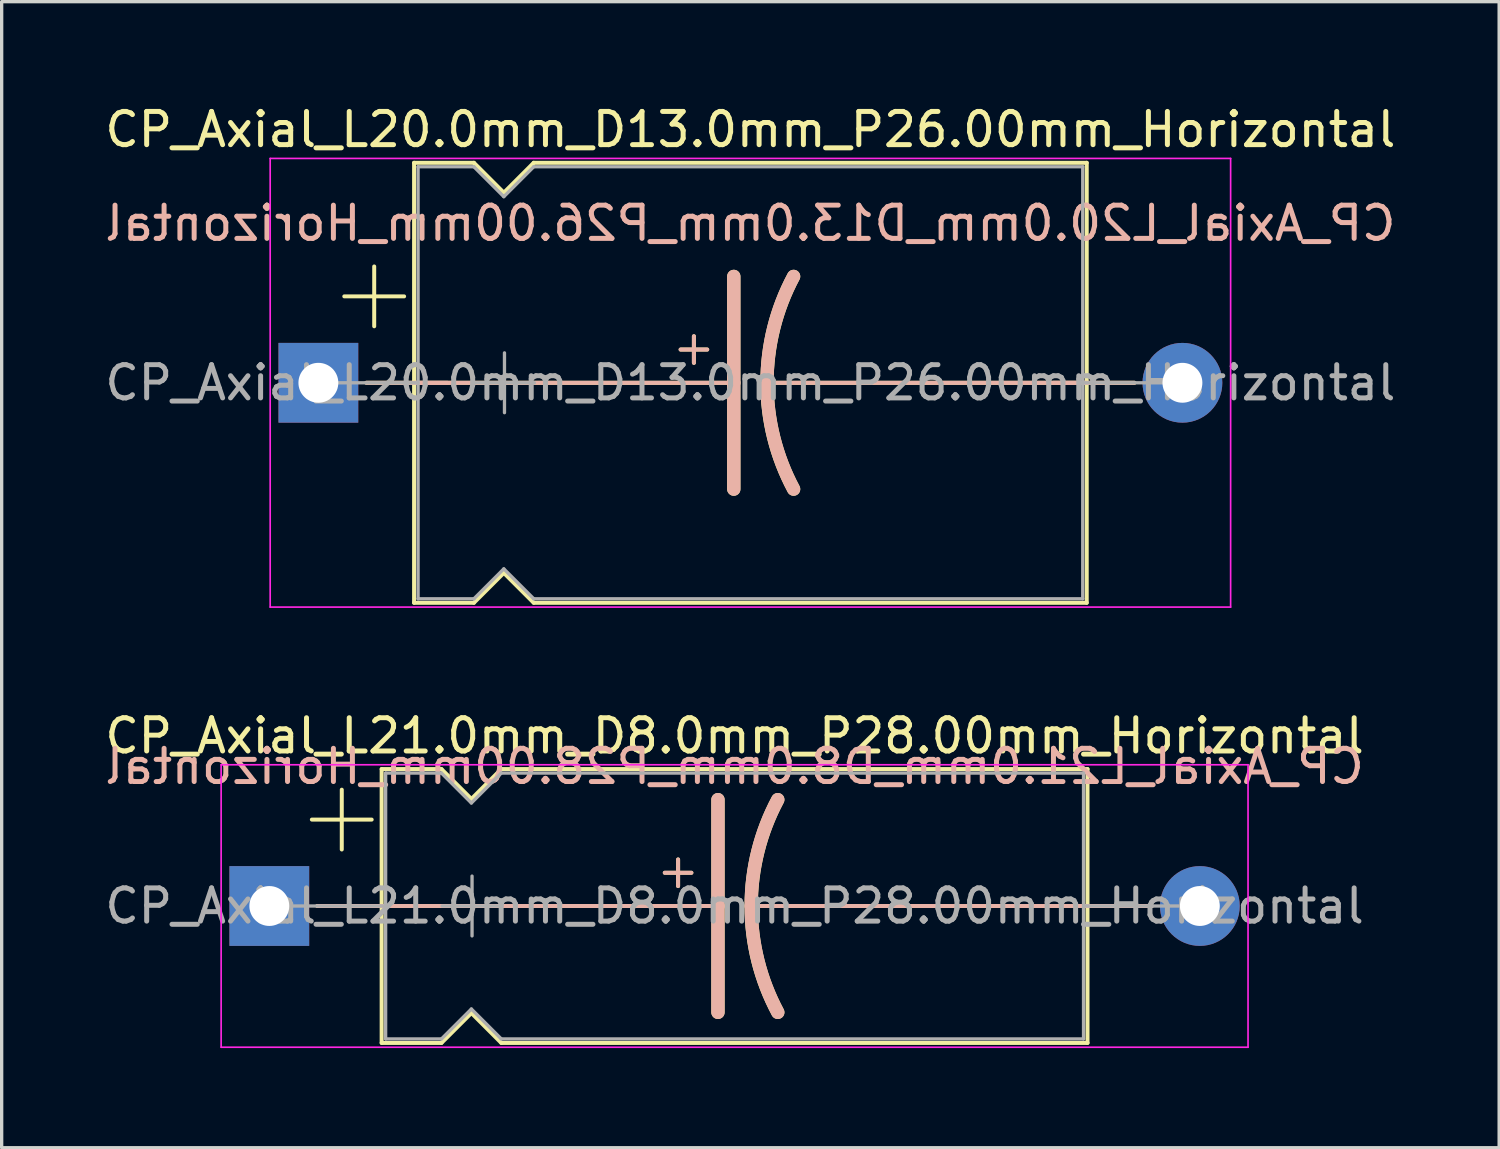
<source format=kicad_pcb>
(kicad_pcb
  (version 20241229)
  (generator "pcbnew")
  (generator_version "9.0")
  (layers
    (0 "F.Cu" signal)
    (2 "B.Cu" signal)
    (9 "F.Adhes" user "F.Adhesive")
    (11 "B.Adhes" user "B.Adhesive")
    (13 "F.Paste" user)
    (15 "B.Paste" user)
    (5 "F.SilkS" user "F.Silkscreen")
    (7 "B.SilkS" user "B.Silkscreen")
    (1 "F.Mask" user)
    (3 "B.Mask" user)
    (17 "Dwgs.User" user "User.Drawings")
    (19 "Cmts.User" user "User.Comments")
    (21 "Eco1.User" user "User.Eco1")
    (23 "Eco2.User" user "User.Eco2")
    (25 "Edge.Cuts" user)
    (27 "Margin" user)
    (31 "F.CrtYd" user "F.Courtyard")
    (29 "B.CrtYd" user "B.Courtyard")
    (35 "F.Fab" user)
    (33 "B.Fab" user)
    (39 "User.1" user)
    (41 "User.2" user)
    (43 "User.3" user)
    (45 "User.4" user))
  (footprint "CP_Axial_L20.0mm_D13.0mm_P26.00mm_Horizontal"
    (layer "F.Cu")
    (at 6.53 8.468)
    (property "Reference" "CP_Axial_L20.0mm_D13.0mm_P26.00mm_Horizontal" (at 13 -7.62 0) (layer "F.SilkS") (effects (font (size 1 1) (thickness 0.15))))
    (fp_line (start 0.78 -2.6) (end 2.58 -2.6) (stroke (width 0.12) (type solid)) (layer "F.SilkS"))
    (fp_line (start 1.44 0) (end 2.88 0) (stroke (width 0.12) (type solid)) (layer "F.SilkS"))
    (fp_line (start 1.68 -3.5) (end 1.68 -1.7) (stroke (width 0.12) (type solid)) (layer "F.SilkS"))
    (fp_line (start 2.88 -6.62) (end 2.88 6.62) (stroke (width 0.12) (type solid)) (layer "F.SilkS"))
    (fp_line (start 2.88 -6.62) (end 4.68 -6.62) (stroke (width 0.12) (type solid)) (layer "F.SilkS"))
    (fp_line (start 2.88 0) (end 12.5 0) (stroke (width 0.12) (type solid)) (layer "F.SilkS"))
    (fp_line (start 2.88 6.62) (end 4.68 6.62) (stroke (width 0.12) (type solid)) (layer "F.SilkS"))
    (fp_line (start 4.68 -6.62) (end 5.58 -5.72) (stroke (width 0.12) (type solid)) (layer "F.SilkS"))
    (fp_line (start 4.68 6.62) (end 5.58 5.72) (stroke (width 0.12) (type solid)) (layer "F.SilkS"))
    (fp_line (start 5.58 -5.72) (end 6.48 -6.62) (stroke (width 0.12) (type solid)) (layer "F.SilkS"))
    (fp_line (start 5.58 5.72) (end 6.48 6.62) (stroke (width 0.12) (type solid)) (layer "F.SilkS"))
    (fp_line (start 6.48 -6.62) (end 23.12 -6.62) (stroke (width 0.12) (type solid)) (layer "F.SilkS"))
    (fp_line (start 6.48 6.62) (end 23.12 6.62) (stroke (width 0.12) (type solid)) (layer "F.SilkS"))
    (fp_line (start 10.9 -1) (end 11.7 -1) (stroke (width 0.12) (type solid)) (layer "F.SilkS"))
    (fp_line (start 11.3 -1.4) (end 11.3 -0.6) (stroke (width 0.12) (type solid)) (layer "F.SilkS"))
    (fp_line (start 12.5 0) (end 12.5 -3.2) (stroke (width 0.4) (type solid)) (layer "F.SilkS"))
    (fp_line (start 12.5 0) (end 12.5 3.2) (stroke (width 0.4) (type solid)) (layer "F.SilkS"))
    (fp_line (start 23.12 -6.62) (end 23.12 6.62) (stroke (width 0.12) (type solid)) (layer "F.SilkS"))
    (fp_line (start 23.12 0) (end 13.5 0) (stroke (width 0.12) (type solid)) (layer "F.SilkS"))
    (fp_line (start 24.56 0) (end 23.12 0) (stroke (width 0.12) (type solid)) (layer "F.SilkS"))
    (fp_arc (start 13.5 0) (mid 13.703545 -1.649114) (end 14.3 -3.2) (stroke (width 0.4) (type solid)) (layer "F.SilkS"))
    (fp_arc (start 14.3 3.2) (mid 13.700704 1.649824) (end 13.5 0) (stroke (width 0.4) (type solid)) (layer "F.SilkS"))
    (fp_line (start 1.45 0) (end 3.88 0) (stroke (width 0.12) (type solid)) (layer "B.SilkS"))
    (fp_line (start 2.88 0) (end 12.5 0) (stroke (width 0.12) (type solid)) (layer "B.SilkS"))
    (fp_line (start 10.9 -1) (end 11.7 -1) (stroke (width 0.12) (type solid)) (layer "B.SilkS"))
    (fp_line (start 11.3 -0.6) (end 11.3 -1.4) (stroke (width 0.12) (type solid)) (layer "B.SilkS"))
    (fp_line (start 12.5 0) (end 12.5 -3.2) (stroke (width 0.4) (type solid)) (layer "B.SilkS"))
    (fp_line (start 12.5 0) (end 12.5 3.2) (stroke (width 0.4) (type solid)) (layer "B.SilkS"))
    (fp_line (start 23.12 0) (end 13.5 0) (stroke (width 0.12) (type solid)) (layer "B.SilkS"))
    (fp_line (start 24.55 0) (end 22.12 0) (stroke (width 0.12) (type solid)) (layer "B.SilkS"))
    (fp_arc (start 13.5 0) (mid 13.700703 -1.649824) (end 14.3 -3.2) (stroke (width 0.4) (type solid)) (layer "B.SilkS"))
    (fp_arc (start 14.3 3.2) (mid 13.703544 1.649114) (end 13.5 0) (stroke (width 0.4) (type solid)) (layer "B.SilkS"))
    (fp_line (start -1.45 -6.75) (end -1.45 6.75) (stroke (width 0.05) (type solid)) (layer "F.CrtYd"))
    (fp_line (start -1.45 6.75) (end 27.45 6.75) (stroke (width 0.05) (type solid)) (layer "F.CrtYd"))
    (fp_line (start 27.45 -6.75) (end -1.45 -6.75) (stroke (width 0.05) (type solid)) (layer "F.CrtYd"))
    (fp_line (start 27.45 6.75) (end 27.45 -6.75) (stroke (width 0.05) (type solid)) (layer "F.CrtYd"))
    (fp_line (start 0 0) (end 3 0) (stroke (width 0.1) (type solid)) (layer "F.Fab"))
    (fp_line (start 3 -6.5) (end 3 6.5) (stroke (width 0.1) (type solid)) (layer "F.Fab"))
    (fp_line (start 3 -6.5) (end 4.68 -6.5) (stroke (width 0.1) (type solid)) (layer "F.Fab"))
    (fp_line (start 3 6.5) (end 4.68 6.5) (stroke (width 0.1) (type solid)) (layer "F.Fab"))
    (fp_line (start 4.68 -6.5) (end 5.58 -5.6) (stroke (width 0.1) (type solid)) (layer "F.Fab"))
    (fp_line (start 4.68 6.5) (end 5.58 5.6) (stroke (width 0.1) (type solid)) (layer "F.Fab"))
    (fp_line (start 4.7 0) (end 6.5 0) (stroke (width 0.1) (type solid)) (layer "F.Fab"))
    (fp_line (start 5.58 -5.6) (end 6.48 -6.5) (stroke (width 0.1) (type solid)) (layer "F.Fab"))
    (fp_line (start 5.58 5.6) (end 6.48 6.5) (stroke (width 0.1) (type solid)) (layer "F.Fab"))
    (fp_line (start 5.6 -0.9) (end 5.6 0.9) (stroke (width 0.1) (type solid)) (layer "F.Fab"))
    (fp_line (start 6.48 -6.5) (end 23 -6.5) (stroke (width 0.1) (type solid)) (layer "F.Fab"))
    (fp_line (start 6.48 6.5) (end 23 6.5) (stroke (width 0.1) (type solid)) (layer "F.Fab"))
    (fp_line (start 23 -6.5) (end 23 6.5) (stroke (width 0.1) (type solid)) (layer "F.Fab"))
    (fp_line (start 26 0) (end 23 0) (stroke (width 0.1) (type solid)) (layer "F.Fab"))
    (fp_text user "${REFERENCE}" (at 13 -4.8 0) (layer "B.SilkS") (effects (font (size 1 1) (thickness 0.15)) (justify mirror)))
    (fp_text user "${REFERENCE}" (at 13 0 0) (layer "F.Fab") (effects (font (size 1 1) (thickness 0.15))))
    (pad "1" thru_hole rect (at 0 0) (size 2.4 2.4) (drill 1.2) (layers "*.Cu" "*.Mask"))
    (pad "2" thru_hole oval (at 26 0) (size 2.4 2.4) (drill 1.2) (layers "*.Cu" "*.Mask")))
  (footprint "CP_Axial_L21.0mm_D8.0mm_P28.00mm_Horizontal"
    (layer "F.Cu")
    (at 5.054 24.212)
    (property "Reference" "CP_Axial_L21.0mm_D8.0mm_P28.00mm_Horizontal" (at 14 -5.12 0) (layer "F.SilkS") (effects (font (size 1 1) (thickness 0.15))))
    (fp_line (start 1.28 -2.6) (end 3.08 -2.6) (stroke (width 0.12) (type solid)) (layer "F.SilkS"))
    (fp_line (start 1.44 0) (end 3.38 0) (stroke (width 0.12) (type solid)) (layer "F.SilkS"))
    (fp_line (start 2.18 -3.5) (end 2.18 -1.7) (stroke (width 0.12) (type solid)) (layer "F.SilkS"))
    (fp_line (start 3.38 -4.12) (end 3.38 4.12) (stroke (width 0.12) (type solid)) (layer "F.SilkS"))
    (fp_line (start 3.38 -4.12) (end 5.18 -4.12) (stroke (width 0.12) (type solid)) (layer "F.SilkS"))
    (fp_line (start 3.38 0) (end 13.5 0) (stroke (width 0.12) (type solid)) (layer "F.SilkS"))
    (fp_line (start 3.38 4.12) (end 5.18 4.12) (stroke (width 0.12) (type solid)) (layer "F.SilkS"))
    (fp_line (start 5.18 -4.12) (end 6.08 -3.22) (stroke (width 0.12) (type solid)) (layer "F.SilkS"))
    (fp_line (start 5.18 4.12) (end 6.08 3.22) (stroke (width 0.12) (type solid)) (layer "F.SilkS"))
    (fp_line (start 6.08 -3.22) (end 6.98 -4.12) (stroke (width 0.12) (type solid)) (layer "F.SilkS"))
    (fp_line (start 6.08 3.22) (end 6.98 4.12) (stroke (width 0.12) (type solid)) (layer "F.SilkS"))
    (fp_line (start 6.98 -4.12) (end 24.62 -4.12) (stroke (width 0.12) (type solid)) (layer "F.SilkS"))
    (fp_line (start 6.98 4.12) (end 24.62 4.12) (stroke (width 0.12) (type solid)) (layer "F.SilkS"))
    (fp_line (start 11.9 -1) (end 12.7 -1) (stroke (width 0.12) (type solid)) (layer "F.SilkS"))
    (fp_line (start 12.3 -1.4) (end 12.3 -0.6) (stroke (width 0.12) (type solid)) (layer "F.SilkS"))
    (fp_line (start 13.5 0) (end 13.5 -3.2) (stroke (width 0.4) (type solid)) (layer "F.SilkS"))
    (fp_line (start 13.5 0) (end 13.5 3.2) (stroke (width 0.4) (type solid)) (layer "F.SilkS"))
    (fp_line (start 24.62 -4.12) (end 24.62 4.12) (stroke (width 0.12) (type solid)) (layer "F.SilkS"))
    (fp_line (start 24.62 0) (end 14.5 0) (stroke (width 0.12) (type solid)) (layer "F.SilkS"))
    (fp_line (start 26.56 0) (end 24.62 0) (stroke (width 0.12) (type solid)) (layer "F.SilkS"))
    (fp_arc (start 14.5 0) (mid 14.703545 -1.649114) (end 15.3 -3.2) (stroke (width 0.4) (type solid)) (layer "F.SilkS"))
    (fp_arc (start 15.3 3.2) (mid 14.700704 1.649824) (end 14.5 0) (stroke (width 0.4) (type solid)) (layer "F.SilkS"))
    (fp_line (start 1.45 0) (end 8.88 0) (stroke (width 0.12) (type solid)) (layer "B.SilkS"))
    (fp_line (start 3.38 0) (end 13.5 0) (stroke (width 0.12) (type solid)) (layer "B.SilkS"))
    (fp_line (start 11.9 -1) (end 12.7 -1) (stroke (width 0.12) (type solid)) (layer "B.SilkS"))
    (fp_line (start 12.3 -0.6) (end 12.3 -1.4) (stroke (width 0.12) (type solid)) (layer "B.SilkS"))
    (fp_line (start 13.5 0) (end 13.5 -3.2) (stroke (width 0.4) (type solid)) (layer "B.SilkS"))
    (fp_line (start 13.5 0) (end 13.5 3.2) (stroke (width 0.4) (type solid)) (layer "B.SilkS"))
    (fp_line (start 24.62 0) (end 14.5 0) (stroke (width 0.12) (type solid)) (layer "B.SilkS"))
    (fp_line (start 26.55 0) (end 19.12 0) (stroke (width 0.12) (type solid)) (layer "B.SilkS"))
    (fp_arc (start 14.5 0) (mid 14.700703 -1.649824) (end 15.3 -3.2) (stroke (width 0.4) (type solid)) (layer "B.SilkS"))
    (fp_arc (start 15.3 3.2) (mid 14.703544 1.649114) (end 14.5 0) (stroke (width 0.4) (type solid)) (layer "B.SilkS"))
    (fp_line (start -1.45 -4.25) (end -1.45 4.25) (stroke (width 0.05) (type solid)) (layer "F.CrtYd"))
    (fp_line (start -1.45 4.25) (end 29.45 4.25) (stroke (width 0.05) (type solid)) (layer "F.CrtYd"))
    (fp_line (start 29.45 -4.25) (end -1.45 -4.25) (stroke (width 0.05) (type solid)) (layer "F.CrtYd"))
    (fp_line (start 29.45 4.25) (end 29.45 -4.25) (stroke (width 0.05) (type solid)) (layer "F.CrtYd"))
    (fp_line (start 0 0) (end 3.5 0) (stroke (width 0.1) (type solid)) (layer "F.Fab"))
    (fp_line (start 3.5 -4) (end 3.5 4) (stroke (width 0.1) (type solid)) (layer "F.Fab"))
    (fp_line (start 3.5 -4) (end 5.18 -4) (stroke (width 0.1) (type solid)) (layer "F.Fab"))
    (fp_line (start 3.5 4) (end 5.18 4) (stroke (width 0.1) (type solid)) (layer "F.Fab"))
    (fp_line (start 5.18 -4) (end 6.08 -3.1) (stroke (width 0.1) (type solid)) (layer "F.Fab"))
    (fp_line (start 5.18 4) (end 6.08 3.1) (stroke (width 0.1) (type solid)) (layer "F.Fab"))
    (fp_line (start 5.2 0) (end 7 0) (stroke (width 0.1) (type solid)) (layer "F.Fab"))
    (fp_line (start 6.08 -3.1) (end 6.98 -4) (stroke (width 0.1) (type solid)) (layer "F.Fab"))
    (fp_line (start 6.08 3.1) (end 6.98 4) (stroke (width 0.1) (type solid)) (layer "F.Fab"))
    (fp_line (start 6.1 -0.9) (end 6.1 0.9) (stroke (width 0.1) (type solid)) (layer "F.Fab"))
    (fp_line (start 6.98 -4) (end 24.5 -4) (stroke (width 0.1) (type solid)) (layer "F.Fab"))
    (fp_line (start 6.98 4) (end 24.5 4) (stroke (width 0.1) (type solid)) (layer "F.Fab"))
    (fp_line (start 24.5 -4) (end 24.5 4) (stroke (width 0.1) (type solid)) (layer "F.Fab"))
    (fp_line (start 28 0) (end 24.5 0) (stroke (width 0.1) (type solid)) (layer "F.Fab"))
    (fp_text user "${REFERENCE}" (at 14 -4.2 0) (layer "B.SilkS") (effects (font (size 1 1) (thickness 0.15)) (justify mirror)))
    (fp_text user "${REFERENCE}" (at 14 0 0) (layer "F.Fab") (effects (font (size 1 1) (thickness 0.15))))
    (pad "1" thru_hole rect (at 0 0) (size 2.4 2.4) (drill 1.2) (layers "*.Cu" "*.Mask"))
    (pad "2" thru_hole oval (at 28 0) (size 2.4 2.4) (drill 1.2) (layers "*.Cu" "*.Mask")))
  (gr_rect
    (start -3 -3)
    (end 42.06 31.486)
    (stroke (width 0.1) (type default))
    (fill no)
    (layer "Edge.Cuts")))
</source>
